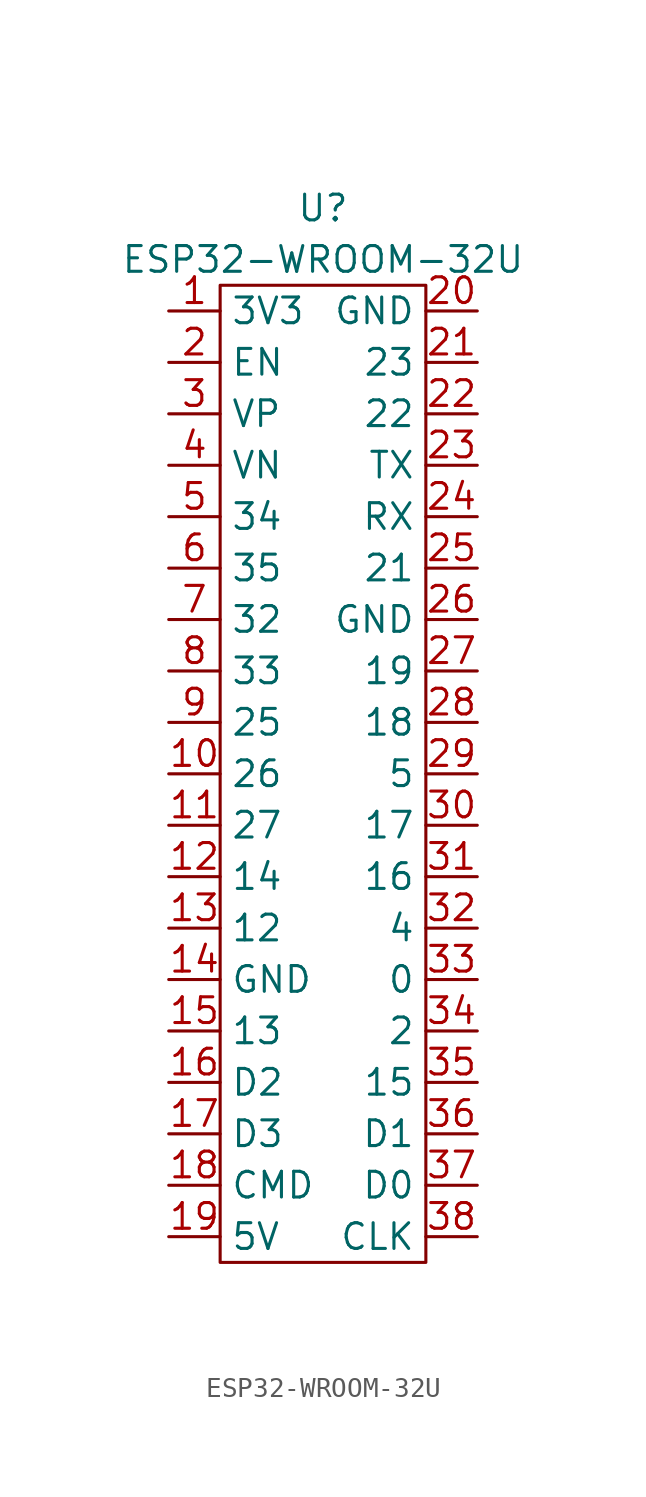
<source format=kicad_sym>
(kicad_symbol_lib
  (version 20211014)
  (generator kicad_symbol_editor)
  (symbol "ESP32-WROOM-32U"
    (property "Reference" "U"
      (at 7.62 5.08 0)
      (effects (font (size 1.27 1.27))))
    (property "Value" "ESP32-WROOM-32U"
      (at 7.62 2.54 0)
      (effects (font (size 1.27 1.27))))
    (symbol "ESP32-WROOM-32U_0_1"
      (rectangle (start 12.7 -46.99) (end 2.54 1.27) (stroke (width 0) (type default) (color 0 0 0 0)) (fill (type none))))
    (symbol "ESP32-WROOM-32U_1_1"
      (pin input line (at 0 0 0) (length 2.54) (name "3V3" (effects (font (size 1.27 1.27)))) (number "1" (effects (font (size 1.27 1.27)))))
      (pin input line (at 0 -22.86 0) (length 2.54) (name "26" (effects (font (size 1.27 1.27)))) (number "10" (effects (font (size 1.27 1.27)))))
      (pin input line (at 0 -25.4 0) (length 2.54) (name "27" (effects (font (size 1.27 1.27)))) (number "11" (effects (font (size 1.27 1.27)))))
      (pin input line (at 0 -27.94 0) (length 2.54) (name "14" (effects (font (size 1.27 1.27)))) (number "12" (effects (font (size 1.27 1.27)))))
      (pin input line (at 0 -30.48 0) (length 2.54) (name "12" (effects (font (size 1.27 1.27)))) (number "13" (effects (font (size 1.27 1.27)))))
      (pin input line (at 0 -33.02 0) (length 2.54) (name "GND" (effects (font (size 1.27 1.27)))) (number "14" (effects (font (size 1.27 1.27)))))
      (pin input line (at 0 -35.56 0) (length 2.54) (name "13" (effects (font (size 1.27 1.27)))) (number "15" (effects (font (size 1.27 1.27)))))
      (pin input line (at 0 -38.1 0) (length 2.54) (name "D2" (effects (font (size 1.27 1.27)))) (number "16" (effects (font (size 1.27 1.27)))))
      (pin input line (at 0 -40.64 0) (length 2.54) (name "D3" (effects (font (size 1.27 1.27)))) (number "17" (effects (font (size 1.27 1.27)))))
      (pin input line (at 0 -43.18 0) (length 2.54) (name "CMD" (effects (font (size 1.27 1.27)))) (number "18" (effects (font (size 1.27 1.27)))))
      (pin input line (at 0 -45.72 0) (length 2.54) (name "5V" (effects (font (size 1.27 1.27)))) (number "19" (effects (font (size 1.27 1.27)))))
      (pin input line (at 0 -2.54 0) (length 2.54) (name "EN" (effects (font (size 1.27 1.27)))) (number "2" (effects (font (size 1.27 1.27)))))
      (pin input line (at 15.24 0 180) (length 2.54) (name "GND" (effects (font (size 1.27 1.27)))) (number "20" (effects (font (size 1.27 1.27)))))
      (pin input line (at 15.24 -2.54 180) (length 2.54) (name "23" (effects (font (size 1.27 1.27)))) (number "21" (effects (font (size 1.27 1.27)))))
      (pin input line (at 15.24 -5.08 180) (length 2.54) (name "22" (effects (font (size 1.27 1.27)))) (number "22" (effects (font (size 1.27 1.27)))))
      (pin input line (at 15.24 -7.62 180) (length 2.54) (name "TX" (effects (font (size 1.27 1.27)))) (number "23" (effects (font (size 1.27 1.27)))))
      (pin input line (at 15.24 -10.16 180) (length 2.54) (name "RX" (effects (font (size 1.27 1.27)))) (number "24" (effects (font (size 1.27 1.27)))))
      (pin input line (at 15.24 -12.7 180) (length 2.54) (name "21" (effects (font (size 1.27 1.27)))) (number "25" (effects (font (size 1.27 1.27)))))
      (pin input line (at 15.24 -15.24 180) (length 2.54) (name "GND" (effects (font (size 1.27 1.27)))) (number "26" (effects (font (size 1.27 1.27)))))
      (pin input line (at 15.24 -17.78 180) (length 2.54) (name "19" (effects (font (size 1.27 1.27)))) (number "27" (effects (font (size 1.27 1.27)))))
      (pin input line (at 15.24 -20.32 180) (length 2.54) (name "18" (effects (font (size 1.27 1.27)))) (number "28" (effects (font (size 1.27 1.27)))))
      (pin input line (at 15.24 -22.86 180) (length 2.54) (name "5" (effects (font (size 1.27 1.27)))) (number "29" (effects (font (size 1.27 1.27)))))
      (pin input line (at 0 -5.08 0) (length 2.54) (name "VP" (effects (font (size 1.27 1.27)))) (number "3" (effects (font (size 1.27 1.27)))))
      (pin input line (at 15.24 -25.4 180) (length 2.54) (name "17" (effects (font (size 1.27 1.27)))) (number "30" (effects (font (size 1.27 1.27)))))
      (pin input line (at 15.24 -27.94 180) (length 2.54) (name "16" (effects (font (size 1.27 1.27)))) (number "31" (effects (font (size 1.27 1.27)))))
      (pin input line (at 15.24 -30.48 180) (length 2.54) (name "4" (effects (font (size 1.27 1.27)))) (number "32" (effects (font (size 1.27 1.27)))))
      (pin input line (at 15.24 -33.02 180) (length 2.54) (name "0" (effects (font (size 1.27 1.27)))) (number "33" (effects (font (size 1.27 1.27)))))
      (pin input line (at 15.24 -35.56 180) (length 2.54) (name "2" (effects (font (size 1.27 1.27)))) (number "34" (effects (font (size 1.27 1.27)))))
      (pin input line (at 15.24 -38.1 180) (length 2.54) (name "15" (effects (font (size 1.27 1.27)))) (number "35" (effects (font (size 1.27 1.27)))))
      (pin input line (at 15.24 -40.64 180) (length 2.54) (name "D1" (effects (font (size 1.27 1.27)))) (number "36" (effects (font (size 1.27 1.27)))))
      (pin input line (at 15.24 -43.18 180) (length 2.54) (name "D0" (effects (font (size 1.27 1.27)))) (number "37" (effects (font (size 1.27 1.27)))))
      (pin input line (at 15.24 -45.72 180) (length 2.54) (name "CLK" (effects (font (size 1.27 1.27)))) (number "38" (effects (font (size 1.27 1.27)))))
      (pin input line (at 0 -7.62 0) (length 2.54) (name "VN" (effects (font (size 1.27 1.27)))) (number "4" (effects (font (size 1.27 1.27)))))
      (pin input line (at 0 -10.16 0) (length 2.54) (name "34" (effects (font (size 1.27 1.27)))) (number "5" (effects (font (size 1.27 1.27)))))
      (pin input line (at 0 -12.7 0) (length 2.54) (name "35" (effects (font (size 1.27 1.27)))) (number "6" (effects (font (size 1.27 1.27)))))
      (pin input line (at 0 -15.24 0) (length 2.54) (name "32" (effects (font (size 1.27 1.27)))) (number "7" (effects (font (size 1.27 1.27)))))
      (pin input line (at 0 -17.78 0) (length 2.54) (name "33" (effects (font (size 1.27 1.27)))) (number "8" (effects (font (size 1.27 1.27)))))
      (pin input line (at 0 -20.32 0) (length 2.54) (name "25" (effects (font (size 1.27 1.27)))) (number "9" (effects (font (size 1.27 1.27))))))))
</source>
